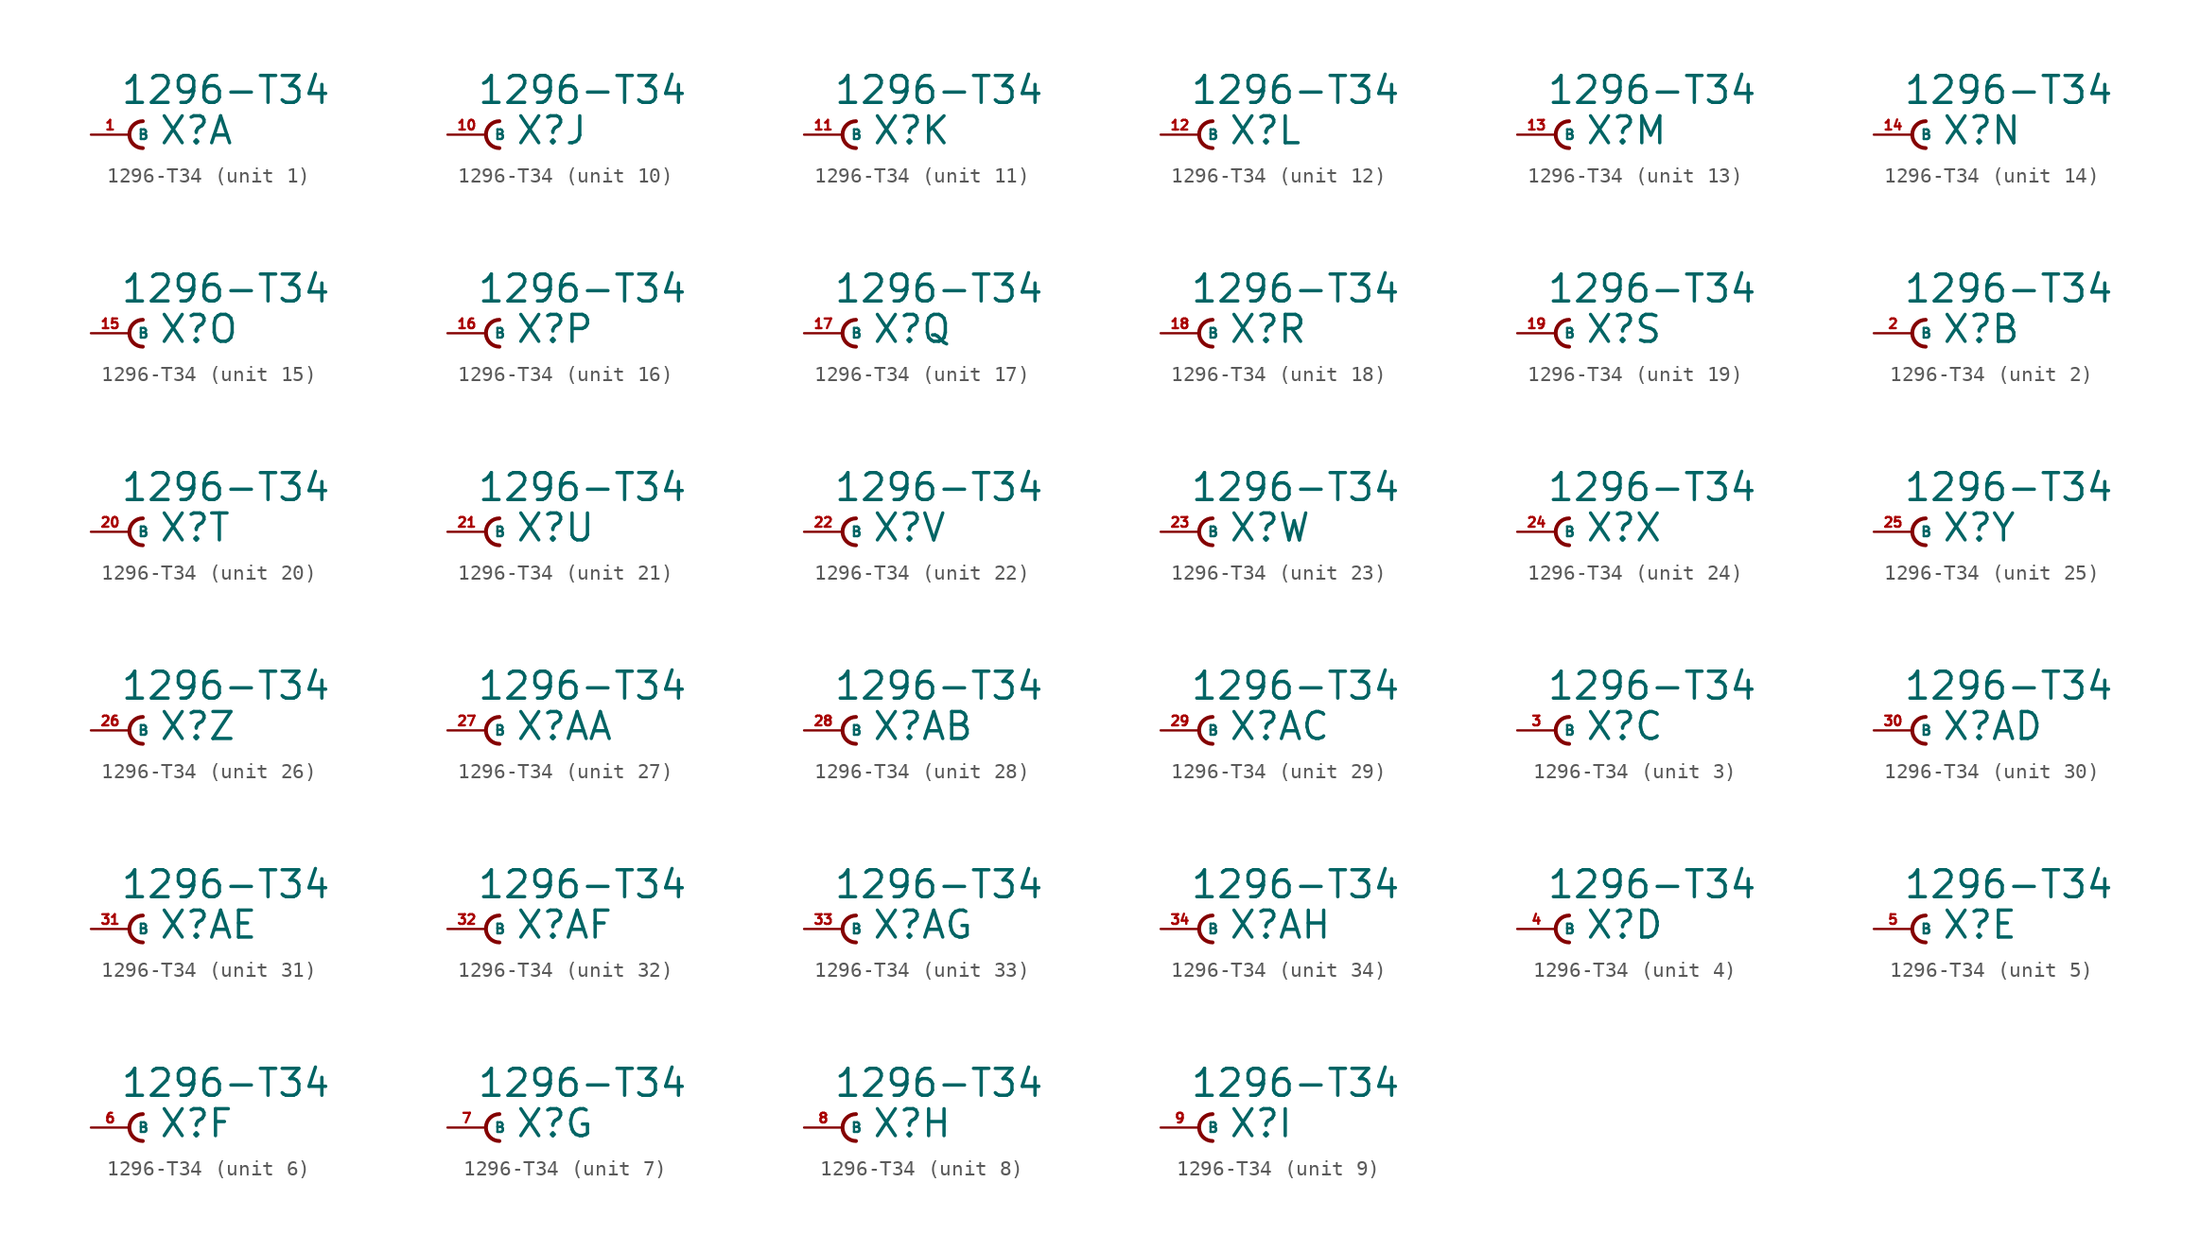
<source format=kicad_sym>
(kicad_symbol_lib
  (version 20220914)
  (generator Eagle2Kicad)
  (symbol "1296-T34"
    (property "Reference" "X"
      (at 1.905 -0.762 0)
      (effects (font (size 1.778 1.778) (thickness 0.22)) (justify left bottom)))
    (property "Value" "1296-T34"
      (at -0.635 1.905 0)
      (effects (font (size 1.778 1.778) (thickness 0.22)) (justify left bottom)))
    (symbol "1296-T34_1_0"
      (arc (start 0.889 0.889) (mid 0.000 0.000) (end 0.889 -0.889) (stroke (width 0.254) (type default)) (fill (type none)))
      (pin passive line (at -2.54 0 0) (length 2.54) (name "B" (effects (font (size 0.635 0.635) (thickness 0.08)) (justify left bottom))) (number "1" (effects (font (size 0.635 0.635) (thickness 0.08)) (justify left bottom)))))
    (symbol "1296-T34_2_0"
      (arc (start 0.889 0.889) (mid 0.000 0.000) (end 0.889 -0.889) (stroke (width 0.254) (type default)) (fill (type none)))
      (pin passive line (at -2.54 0 0) (length 2.54) (name "B" (effects (font (size 0.635 0.635) (thickness 0.08)) (justify left bottom))) (number "2" (effects (font (size 0.635 0.635) (thickness 0.08)) (justify left bottom)))))
    (symbol "1296-T34_3_0"
      (arc (start 0.889 0.889) (mid 0.000 0.000) (end 0.889 -0.889) (stroke (width 0.254) (type default)) (fill (type none)))
      (pin passive line (at -2.54 0 0) (length 2.54) (name "B" (effects (font (size 0.635 0.635) (thickness 0.08)) (justify left bottom))) (number "3" (effects (font (size 0.635 0.635) (thickness 0.08)) (justify left bottom)))))
    (symbol "1296-T34_4_0"
      (arc (start 0.889 0.889) (mid 0.000 0.000) (end 0.889 -0.889) (stroke (width 0.254) (type default)) (fill (type none)))
      (pin passive line (at -2.54 0 0) (length 2.54) (name "B" (effects (font (size 0.635 0.635) (thickness 0.08)) (justify left bottom))) (number "4" (effects (font (size 0.635 0.635) (thickness 0.08)) (justify left bottom)))))
    (symbol "1296-T34_5_0"
      (arc (start 0.889 0.889) (mid 0.000 0.000) (end 0.889 -0.889) (stroke (width 0.254) (type default)) (fill (type none)))
      (pin passive line (at -2.54 0 0) (length 2.54) (name "B" (effects (font (size 0.635 0.635) (thickness 0.08)) (justify left bottom))) (number "5" (effects (font (size 0.635 0.635) (thickness 0.08)) (justify left bottom)))))
    (symbol "1296-T34_6_0"
      (arc (start 0.889 0.889) (mid 0.000 0.000) (end 0.889 -0.889) (stroke (width 0.254) (type default)) (fill (type none)))
      (pin passive line (at -2.54 0 0) (length 2.54) (name "B" (effects (font (size 0.635 0.635) (thickness 0.08)) (justify left bottom))) (number "6" (effects (font (size 0.635 0.635) (thickness 0.08)) (justify left bottom)))))
    (symbol "1296-T34_7_0"
      (arc (start 0.889 0.889) (mid 0.000 0.000) (end 0.889 -0.889) (stroke (width 0.254) (type default)) (fill (type none)))
      (pin passive line (at -2.54 0 0) (length 2.54) (name "B" (effects (font (size 0.635 0.635) (thickness 0.08)) (justify left bottom))) (number "7" (effects (font (size 0.635 0.635) (thickness 0.08)) (justify left bottom)))))
    (symbol "1296-T34_8_0"
      (arc (start 0.889 0.889) (mid 0.000 0.000) (end 0.889 -0.889) (stroke (width 0.254) (type default)) (fill (type none)))
      (pin passive line (at -2.54 0 0) (length 2.54) (name "B" (effects (font (size 0.635 0.635) (thickness 0.08)) (justify left bottom))) (number "8" (effects (font (size 0.635 0.635) (thickness 0.08)) (justify left bottom)))))
    (symbol "1296-T34_9_0"
      (arc (start 0.889 0.889) (mid 0.000 0.000) (end 0.889 -0.889) (stroke (width 0.254) (type default)) (fill (type none)))
      (pin passive line (at -2.54 0 0) (length 2.54) (name "B" (effects (font (size 0.635 0.635) (thickness 0.08)) (justify left bottom))) (number "9" (effects (font (size 0.635 0.635) (thickness 0.08)) (justify left bottom)))))
    (symbol "1296-T34_10_0"
      (arc (start 0.889 0.889) (mid 0.000 0.000) (end 0.889 -0.889) (stroke (width 0.254) (type default)) (fill (type none)))
      (pin passive line (at -2.54 0 0) (length 2.54) (name "B" (effects (font (size 0.635 0.635) (thickness 0.08)) (justify left bottom))) (number "10" (effects (font (size 0.635 0.635) (thickness 0.08)) (justify left bottom)))))
    (symbol "1296-T34_11_0"
      (arc (start 0.889 0.889) (mid 0.000 0.000) (end 0.889 -0.889) (stroke (width 0.254) (type default)) (fill (type none)))
      (pin passive line (at -2.54 0 0) (length 2.54) (name "B" (effects (font (size 0.635 0.635) (thickness 0.08)) (justify left bottom))) (number "11" (effects (font (size 0.635 0.635) (thickness 0.08)) (justify left bottom)))))
    (symbol "1296-T34_12_0"
      (arc (start 0.889 0.889) (mid 0.000 0.000) (end 0.889 -0.889) (stroke (width 0.254) (type default)) (fill (type none)))
      (pin passive line (at -2.54 0 0) (length 2.54) (name "B" (effects (font (size 0.635 0.635) (thickness 0.08)) (justify left bottom))) (number "12" (effects (font (size 0.635 0.635) (thickness 0.08)) (justify left bottom)))))
    (symbol "1296-T34_13_0"
      (arc (start 0.889 0.889) (mid 0.000 0.000) (end 0.889 -0.889) (stroke (width 0.254) (type default)) (fill (type none)))
      (pin passive line (at -2.54 0 0) (length 2.54) (name "B" (effects (font (size 0.635 0.635) (thickness 0.08)) (justify left bottom))) (number "13" (effects (font (size 0.635 0.635) (thickness 0.08)) (justify left bottom)))))
    (symbol "1296-T34_14_0"
      (arc (start 0.889 0.889) (mid 0.000 0.000) (end 0.889 -0.889) (stroke (width 0.254) (type default)) (fill (type none)))
      (pin passive line (at -2.54 0 0) (length 2.54) (name "B" (effects (font (size 0.635 0.635) (thickness 0.08)) (justify left bottom))) (number "14" (effects (font (size 0.635 0.635) (thickness 0.08)) (justify left bottom)))))
    (symbol "1296-T34_15_0"
      (arc (start 0.889 0.889) (mid 0.000 0.000) (end 0.889 -0.889) (stroke (width 0.254) (type default)) (fill (type none)))
      (pin passive line (at -2.54 0 0) (length 2.54) (name "B" (effects (font (size 0.635 0.635) (thickness 0.08)) (justify left bottom))) (number "15" (effects (font (size 0.635 0.635) (thickness 0.08)) (justify left bottom)))))
    (symbol "1296-T34_16_0"
      (arc (start 0.889 0.889) (mid 0.000 0.000) (end 0.889 -0.889) (stroke (width 0.254) (type default)) (fill (type none)))
      (pin passive line (at -2.54 0 0) (length 2.54) (name "B" (effects (font (size 0.635 0.635) (thickness 0.08)) (justify left bottom))) (number "16" (effects (font (size 0.635 0.635) (thickness 0.08)) (justify left bottom)))))
    (symbol "1296-T34_17_0"
      (arc (start 0.889 0.889) (mid 0.000 0.000) (end 0.889 -0.889) (stroke (width 0.254) (type default)) (fill (type none)))
      (pin passive line (at -2.54 0 0) (length 2.54) (name "B" (effects (font (size 0.635 0.635) (thickness 0.08)) (justify left bottom))) (number "17" (effects (font (size 0.635 0.635) (thickness 0.08)) (justify left bottom)))))
    (symbol "1296-T34_18_0"
      (arc (start 0.889 0.889) (mid 0.000 0.000) (end 0.889 -0.889) (stroke (width 0.254) (type default)) (fill (type none)))
      (pin passive line (at -2.54 0 0) (length 2.54) (name "B" (effects (font (size 0.635 0.635) (thickness 0.08)) (justify left bottom))) (number "18" (effects (font (size 0.635 0.635) (thickness 0.08)) (justify left bottom)))))
    (symbol "1296-T34_19_0"
      (arc (start 0.889 0.889) (mid 0.000 0.000) (end 0.889 -0.889) (stroke (width 0.254) (type default)) (fill (type none)))
      (pin passive line (at -2.54 0 0) (length 2.54) (name "B" (effects (font (size 0.635 0.635) (thickness 0.08)) (justify left bottom))) (number "19" (effects (font (size 0.635 0.635) (thickness 0.08)) (justify left bottom)))))
    (symbol "1296-T34_20_0"
      (arc (start 0.889 0.889) (mid 0.000 0.000) (end 0.889 -0.889) (stroke (width 0.254) (type default)) (fill (type none)))
      (pin passive line (at -2.54 0 0) (length 2.54) (name "B" (effects (font (size 0.635 0.635) (thickness 0.08)) (justify left bottom))) (number "20" (effects (font (size 0.635 0.635) (thickness 0.08)) (justify left bottom)))))
    (symbol "1296-T34_21_0"
      (arc (start 0.889 0.889) (mid 0.000 0.000) (end 0.889 -0.889) (stroke (width 0.254) (type default)) (fill (type none)))
      (pin passive line (at -2.54 0 0) (length 2.54) (name "B" (effects (font (size 0.635 0.635) (thickness 0.08)) (justify left bottom))) (number "21" (effects (font (size 0.635 0.635) (thickness 0.08)) (justify left bottom)))))
    (symbol "1296-T34_22_0"
      (arc (start 0.889 0.889) (mid 0.000 0.000) (end 0.889 -0.889) (stroke (width 0.254) (type default)) (fill (type none)))
      (pin passive line (at -2.54 0 0) (length 2.54) (name "B" (effects (font (size 0.635 0.635) (thickness 0.08)) (justify left bottom))) (number "22" (effects (font (size 0.635 0.635) (thickness 0.08)) (justify left bottom)))))
    (symbol "1296-T34_23_0"
      (arc (start 0.889 0.889) (mid 0.000 0.000) (end 0.889 -0.889) (stroke (width 0.254) (type default)) (fill (type none)))
      (pin passive line (at -2.54 0 0) (length 2.54) (name "B" (effects (font (size 0.635 0.635) (thickness 0.08)) (justify left bottom))) (number "23" (effects (font (size 0.635 0.635) (thickness 0.08)) (justify left bottom)))))
    (symbol "1296-T34_24_0"
      (arc (start 0.889 0.889) (mid 0.000 0.000) (end 0.889 -0.889) (stroke (width 0.254) (type default)) (fill (type none)))
      (pin passive line (at -2.54 0 0) (length 2.54) (name "B" (effects (font (size 0.635 0.635) (thickness 0.08)) (justify left bottom))) (number "24" (effects (font (size 0.635 0.635) (thickness 0.08)) (justify left bottom)))))
    (symbol "1296-T34_25_0"
      (arc (start 0.889 0.889) (mid 0.000 0.000) (end 0.889 -0.889) (stroke (width 0.254) (type default)) (fill (type none)))
      (pin passive line (at -2.54 0 0) (length 2.54) (name "B" (effects (font (size 0.635 0.635) (thickness 0.08)) (justify left bottom))) (number "25" (effects (font (size 0.635 0.635) (thickness 0.08)) (justify left bottom)))))
    (symbol "1296-T34_26_0"
      (arc (start 0.889 0.889) (mid 0.000 0.000) (end 0.889 -0.889) (stroke (width 0.254) (type default)) (fill (type none)))
      (pin passive line (at -2.54 0 0) (length 2.54) (name "B" (effects (font (size 0.635 0.635) (thickness 0.08)) (justify left bottom))) (number "26" (effects (font (size 0.635 0.635) (thickness 0.08)) (justify left bottom)))))
    (symbol "1296-T34_27_0"
      (arc (start 0.889 0.889) (mid 0.000 0.000) (end 0.889 -0.889) (stroke (width 0.254) (type default)) (fill (type none)))
      (pin passive line (at -2.54 0 0) (length 2.54) (name "B" (effects (font (size 0.635 0.635) (thickness 0.08)) (justify left bottom))) (number "27" (effects (font (size 0.635 0.635) (thickness 0.08)) (justify left bottom)))))
    (symbol "1296-T34_28_0"
      (arc (start 0.889 0.889) (mid 0.000 0.000) (end 0.889 -0.889) (stroke (width 0.254) (type default)) (fill (type none)))
      (pin passive line (at -2.54 0 0) (length 2.54) (name "B" (effects (font (size 0.635 0.635) (thickness 0.08)) (justify left bottom))) (number "28" (effects (font (size 0.635 0.635) (thickness 0.08)) (justify left bottom)))))
    (symbol "1296-T34_29_0"
      (arc (start 0.889 0.889) (mid 0.000 0.000) (end 0.889 -0.889) (stroke (width 0.254) (type default)) (fill (type none)))
      (pin passive line (at -2.54 0 0) (length 2.54) (name "B" (effects (font (size 0.635 0.635) (thickness 0.08)) (justify left bottom))) (number "29" (effects (font (size 0.635 0.635) (thickness 0.08)) (justify left bottom)))))
    (symbol "1296-T34_30_0"
      (arc (start 0.889 0.889) (mid 0.000 0.000) (end 0.889 -0.889) (stroke (width 0.254) (type default)) (fill (type none)))
      (pin passive line (at -2.54 0 0) (length 2.54) (name "B" (effects (font (size 0.635 0.635) (thickness 0.08)) (justify left bottom))) (number "30" (effects (font (size 0.635 0.635) (thickness 0.08)) (justify left bottom)))))
    (symbol "1296-T34_31_0"
      (arc (start 0.889 0.889) (mid 0.000 0.000) (end 0.889 -0.889) (stroke (width 0.254) (type default)) (fill (type none)))
      (pin passive line (at -2.54 0 0) (length 2.54) (name "B" (effects (font (size 0.635 0.635) (thickness 0.08)) (justify left bottom))) (number "31" (effects (font (size 0.635 0.635) (thickness 0.08)) (justify left bottom)))))
    (symbol "1296-T34_32_0"
      (arc (start 0.889 0.889) (mid 0.000 0.000) (end 0.889 -0.889) (stroke (width 0.254) (type default)) (fill (type none)))
      (pin passive line (at -2.54 0 0) (length 2.54) (name "B" (effects (font (size 0.635 0.635) (thickness 0.08)) (justify left bottom))) (number "32" (effects (font (size 0.635 0.635) (thickness 0.08)) (justify left bottom)))))
    (symbol "1296-T34_33_0"
      (arc (start 0.889 0.889) (mid 0.000 0.000) (end 0.889 -0.889) (stroke (width 0.254) (type default)) (fill (type none)))
      (pin passive line (at -2.54 0 0) (length 2.54) (name "B" (effects (font (size 0.635 0.635) (thickness 0.08)) (justify left bottom))) (number "33" (effects (font (size 0.635 0.635) (thickness 0.08)) (justify left bottom)))))
    (symbol "1296-T34_34_0"
      (arc (start 0.889 0.889) (mid 0.000 0.000) (end 0.889 -0.889) (stroke (width 0.254) (type default)) (fill (type none)))
      (pin passive line (at -2.54 0 0) (length 2.54) (name "B" (effects (font (size 0.635 0.635) (thickness 0.08)) (justify left bottom))) (number "34" (effects (font (size 0.635 0.635) (thickness 0.08)) (justify left bottom)))))))
</source>
